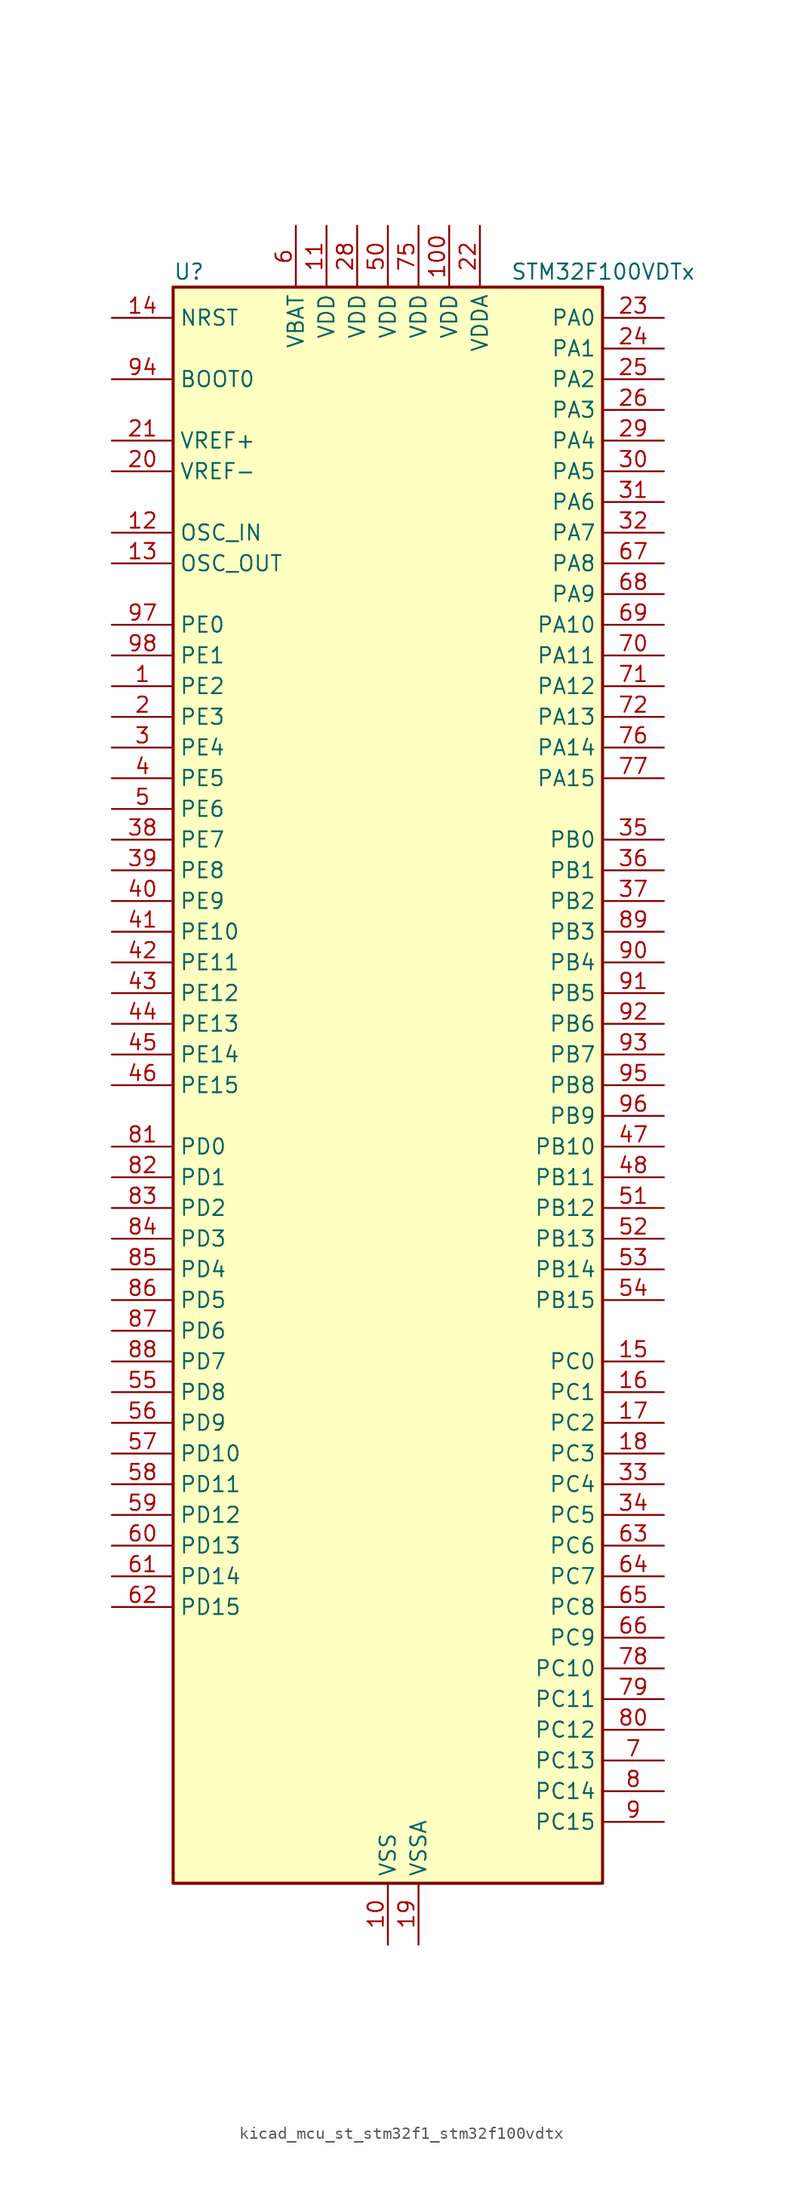
<source format=kicad_sym>
(kicad_symbol_lib
  (version 20220914)
  (generator kicad_symbol_editor)
  (symbol "kicad_mcu_st_stm32f1_stm32f100vdtx"
    (property "Reference" "U"
      (at -17.78 67.31 0)
      (effects (font (size 1.27 1.27)) (justify left)))
    (property "Value" "STM32F100VDTx"
      (at 10.16 67.31 0)
      (effects (font (size 1.27 1.27)) (justify left)))
    (property "ki_locked" ""
      (at 0 0 0)
      (effects (font (size 1.27 1.27))))
    (symbol "kicad_mcu_st_stm32f1_stm32f100vdtx_0_1"
      (rectangle (start -17.78 -66.04) (end 17.78 66.04) (stroke (width 0.254) (type default)) (fill (type background))))
    (symbol "kicad_mcu_st_stm32f1_stm32f100vdtx_1_1"
      (pin bidirectional line (at -22.86 33.02 0) (length 5.08) (name "PE2" (effects (font (size 1.27 1.27)))) (number "1" (effects (font (size 1.27 1.27)))) (alternate "FSMC_A23" bidirectional line) (alternate "SYS_TRACECLK" bidirectional line))
      (pin power_in line (at 0 -71.12 90) (length 5.08) (name "VSS" (effects (font (size 1.27 1.27)))) (number "10" (effects (font (size 1.27 1.27)))))
      (pin power_in line (at 5.08 71.12 270) (length 5.08) (name "VDD" (effects (font (size 1.27 1.27)))) (number "100" (effects (font (size 1.27 1.27)))))
      (pin power_in line (at -5.08 71.12 270) (length 5.08) (name "VDD" (effects (font (size 1.27 1.27)))) (number "11" (effects (font (size 1.27 1.27)))))
      (pin input line (at -22.86 45.72 0) (length 5.08) (name "OSC_IN" (effects (font (size 1.27 1.27)))) (number "12" (effects (font (size 1.27 1.27)))) (alternate "RCC_OSC_IN" bidirectional line))
      (pin input line (at -22.86 43.18 0) (length 5.08) (name "OSC_OUT" (effects (font (size 1.27 1.27)))) (number "13" (effects (font (size 1.27 1.27)))) (alternate "RCC_OSC_OUT" bidirectional line))
      (pin input line (at -22.86 63.5 0) (length 5.08) (name "NRST" (effects (font (size 1.27 1.27)))) (number "14" (effects (font (size 1.27 1.27)))))
      (pin bidirectional line (at 22.86 -22.86 180) (length 5.08) (name "PC0" (effects (font (size 1.27 1.27)))) (number "15" (effects (font (size 1.27 1.27)))) (alternate "ADC1_IN10" bidirectional line))
      (pin bidirectional line (at 22.86 -25.4 180) (length 5.08) (name "PC1" (effects (font (size 1.27 1.27)))) (number "16" (effects (font (size 1.27 1.27)))) (alternate "ADC1_IN11" bidirectional line))
      (pin bidirectional line (at 22.86 -27.94 180) (length 5.08) (name "PC2" (effects (font (size 1.27 1.27)))) (number "17" (effects (font (size 1.27 1.27)))) (alternate "ADC1_IN12" bidirectional line))
      (pin bidirectional line (at 22.86 -30.48 180) (length 5.08) (name "PC3" (effects (font (size 1.27 1.27)))) (number "18" (effects (font (size 1.27 1.27)))) (alternate "ADC1_IN13" bidirectional line))
      (pin power_in line (at 2.54 -71.12 90) (length 5.08) (name "VSSA" (effects (font (size 1.27 1.27)))) (number "19" (effects (font (size 1.27 1.27)))))
      (pin bidirectional line (at -22.86 30.48 0) (length 5.08) (name "PE3" (effects (font (size 1.27 1.27)))) (number "2" (effects (font (size 1.27 1.27)))) (alternate "FSMC_A19" bidirectional line) (alternate "SYS_TRACED0" bidirectional line))
      (pin input line (at -22.86 50.8 0) (length 5.08) (name "VREF-" (effects (font (size 1.27 1.27)))) (number "20" (effects (font (size 1.27 1.27)))))
      (pin input line (at -22.86 53.34 0) (length 5.08) (name "VREF+" (effects (font (size 1.27 1.27)))) (number "21" (effects (font (size 1.27 1.27)))))
      (pin power_in line (at 7.62 71.12 270) (length 5.08) (name "VDDA" (effects (font (size 1.27 1.27)))) (number "22" (effects (font (size 1.27 1.27)))))
      (pin bidirectional line (at 22.86 63.5 180) (length 5.08) (name "PA0" (effects (font (size 1.27 1.27)))) (number "23" (effects (font (size 1.27 1.27)))) (alternate "ADC1_IN0" bidirectional line) (alternate "SYS_WKUP" bidirectional line) (alternate "TIM2_CH1" bidirectional line) (alternate "TIM2_ETR" bidirectional line) (alternate "TIM5_CH1" bidirectional line) (alternate "USART2_CTS" bidirectional line))
      (pin bidirectional line (at 22.86 60.96 180) (length 5.08) (name "PA1" (effects (font (size 1.27 1.27)))) (number "24" (effects (font (size 1.27 1.27)))) (alternate "ADC1_IN1" bidirectional line) (alternate "TIM2_CH2" bidirectional line) (alternate "TIM5_CH2" bidirectional line) (alternate "USART2_RTS" bidirectional line))
      (pin bidirectional line (at 22.86 58.42 180) (length 5.08) (name "PA2" (effects (font (size 1.27 1.27)))) (number "25" (effects (font (size 1.27 1.27)))) (alternate "ADC1_IN2" bidirectional line) (alternate "TIM15_CH1" bidirectional line) (alternate "TIM2_CH3" bidirectional line) (alternate "TIM5_CH3" bidirectional line) (alternate "USART2_TX" bidirectional line))
      (pin bidirectional line (at 22.86 55.88 180) (length 5.08) (name "PA3" (effects (font (size 1.27 1.27)))) (number "26" (effects (font (size 1.27 1.27)))) (alternate "ADC1_IN3" bidirectional line) (alternate "TIM15_CH2" bidirectional line) (alternate "TIM2_CH4" bidirectional line) (alternate "TIM5_CH4" bidirectional line) (alternate "USART2_RX" bidirectional line))
      (pin passive line (at 0 -71.12 90) (length 5.08) hide (name "VSS" (effects (font (size 1.27 1.27)))) (number "27" (effects (font (size 1.27 1.27)))))
      (pin power_in line (at -2.54 71.12 270) (length 5.08) (name "VDD" (effects (font (size 1.27 1.27)))) (number "28" (effects (font (size 1.27 1.27)))))
      (pin bidirectional line (at 22.86 53.34 180) (length 5.08) (name "PA4" (effects (font (size 1.27 1.27)))) (number "29" (effects (font (size 1.27 1.27)))) (alternate "ADC1_IN4" bidirectional line) (alternate "DAC_OUT1" bidirectional line) (alternate "SPI1_NSS" bidirectional line) (alternate "USART2_CK" bidirectional line))
      (pin bidirectional line (at -22.86 27.94 0) (length 5.08) (name "PE4" (effects (font (size 1.27 1.27)))) (number "3" (effects (font (size 1.27 1.27)))) (alternate "FSMC_A20" bidirectional line) (alternate "SYS_TRACED1" bidirectional line))
      (pin bidirectional line (at 22.86 50.8 180) (length 5.08) (name "PA5" (effects (font (size 1.27 1.27)))) (number "30" (effects (font (size 1.27 1.27)))) (alternate "ADC1_IN5" bidirectional line) (alternate "DAC_OUT2" bidirectional line) (alternate "SPI1_SCK" bidirectional line))
      (pin bidirectional line (at 22.86 48.26 180) (length 5.08) (name "PA6" (effects (font (size 1.27 1.27)))) (number "31" (effects (font (size 1.27 1.27)))) (alternate "ADC1_IN6" bidirectional line) (alternate "SPI1_MISO" bidirectional line) (alternate "TIM16_CH1" bidirectional line) (alternate "TIM1_BKIN" bidirectional line) (alternate "TIM3_CH1" bidirectional line))
      (pin bidirectional line (at 22.86 45.72 180) (length 5.08) (name "PA7" (effects (font (size 1.27 1.27)))) (number "32" (effects (font (size 1.27 1.27)))) (alternate "ADC1_IN7" bidirectional line) (alternate "SPI1_MOSI" bidirectional line) (alternate "TIM17_CH1" bidirectional line) (alternate "TIM1_CH1N" bidirectional line) (alternate "TIM3_CH2" bidirectional line))
      (pin bidirectional line (at 22.86 -33.02 180) (length 5.08) (name "PC4" (effects (font (size 1.27 1.27)))) (number "33" (effects (font (size 1.27 1.27)))) (alternate "ADC1_IN14" bidirectional line) (alternate "TIM12_CH1" bidirectional line))
      (pin bidirectional line (at 22.86 -35.56 180) (length 5.08) (name "PC5" (effects (font (size 1.27 1.27)))) (number "34" (effects (font (size 1.27 1.27)))) (alternate "ADC1_IN15" bidirectional line) (alternate "TIM12_CH2" bidirectional line))
      (pin bidirectional line (at 22.86 20.32 180) (length 5.08) (name "PB0" (effects (font (size 1.27 1.27)))) (number "35" (effects (font (size 1.27 1.27)))) (alternate "ADC1_IN8" bidirectional line) (alternate "TIM13_CH1" bidirectional line) (alternate "TIM1_CH2N" bidirectional line) (alternate "TIM3_CH3" bidirectional line))
      (pin bidirectional line (at 22.86 17.78 180) (length 5.08) (name "PB1" (effects (font (size 1.27 1.27)))) (number "36" (effects (font (size 1.27 1.27)))) (alternate "ADC1_IN9" bidirectional line) (alternate "TIM14_CH1" bidirectional line) (alternate "TIM1_CH3N" bidirectional line) (alternate "TIM3_CH4" bidirectional line))
      (pin bidirectional line (at 22.86 15.24 180) (length 5.08) (name "PB2" (effects (font (size 1.27 1.27)))) (number "37" (effects (font (size 1.27 1.27)))))
      (pin bidirectional line (at -22.86 20.32 0) (length 5.08) (name "PE7" (effects (font (size 1.27 1.27)))) (number "38" (effects (font (size 1.27 1.27)))) (alternate "FSMC_D4" bidirectional line) (alternate "FSMC_DA4" bidirectional line) (alternate "TIM1_ETR" bidirectional line))
      (pin bidirectional line (at -22.86 17.78 0) (length 5.08) (name "PE8" (effects (font (size 1.27 1.27)))) (number "39" (effects (font (size 1.27 1.27)))) (alternate "FSMC_D5" bidirectional line) (alternate "FSMC_DA5" bidirectional line) (alternate "TIM1_CH1N" bidirectional line))
      (pin bidirectional line (at -22.86 25.4 0) (length 5.08) (name "PE5" (effects (font (size 1.27 1.27)))) (number "4" (effects (font (size 1.27 1.27)))) (alternate "FSMC_A21" bidirectional line) (alternate "SYS_TRACED2" bidirectional line))
      (pin bidirectional line (at -22.86 15.24 0) (length 5.08) (name "PE9" (effects (font (size 1.27 1.27)))) (number "40" (effects (font (size 1.27 1.27)))) (alternate "DAC_EXTI9" bidirectional line) (alternate "FSMC_D6" bidirectional line) (alternate "FSMC_DA6" bidirectional line) (alternate "TIM1_CH1" bidirectional line))
      (pin bidirectional line (at -22.86 12.7 0) (length 5.08) (name "PE10" (effects (font (size 1.27 1.27)))) (number "41" (effects (font (size 1.27 1.27)))) (alternate "FSMC_D7" bidirectional line) (alternate "FSMC_DA7" bidirectional line) (alternate "TIM1_CH2N" bidirectional line))
      (pin bidirectional line (at -22.86 10.16 0) (length 5.08) (name "PE11" (effects (font (size 1.27 1.27)))) (number "42" (effects (font (size 1.27 1.27)))) (alternate "ADC1_EXTI11" bidirectional line) (alternate "FSMC_D8" bidirectional line) (alternate "FSMC_DA8" bidirectional line) (alternate "TIM1_CH2" bidirectional line))
      (pin bidirectional line (at -22.86 7.62 0) (length 5.08) (name "PE12" (effects (font (size 1.27 1.27)))) (number "43" (effects (font (size 1.27 1.27)))) (alternate "FSMC_D9" bidirectional line) (alternate "FSMC_DA9" bidirectional line) (alternate "TIM1_CH3N" bidirectional line))
      (pin bidirectional line (at -22.86 5.08 0) (length 5.08) (name "PE13" (effects (font (size 1.27 1.27)))) (number "44" (effects (font (size 1.27 1.27)))) (alternate "FSMC_D10" bidirectional line) (alternate "FSMC_DA10" bidirectional line) (alternate "TIM1_CH3" bidirectional line))
      (pin bidirectional line (at -22.86 2.54 0) (length 5.08) (name "PE14" (effects (font (size 1.27 1.27)))) (number "45" (effects (font (size 1.27 1.27)))) (alternate "FSMC_D11" bidirectional line) (alternate "FSMC_DA11" bidirectional line) (alternate "TIM1_CH4" bidirectional line))
      (pin bidirectional line (at -22.86 0 0) (length 5.08) (name "PE15" (effects (font (size 1.27 1.27)))) (number "46" (effects (font (size 1.27 1.27)))) (alternate "ADC1_EXTI15" bidirectional line) (alternate "FSMC_D12" bidirectional line) (alternate "FSMC_DA12" bidirectional line) (alternate "TIM1_BKIN" bidirectional line))
      (pin bidirectional line (at 22.86 -5.08 180) (length 5.08) (name "PB10" (effects (font (size 1.27 1.27)))) (number "47" (effects (font (size 1.27 1.27)))) (alternate "CEC" bidirectional line) (alternate "I2C2_SCL" bidirectional line) (alternate "TIM2_CH3" bidirectional line) (alternate "USART3_TX" bidirectional line))
      (pin bidirectional line (at 22.86 -7.62 180) (length 5.08) (name "PB11" (effects (font (size 1.27 1.27)))) (number "48" (effects (font (size 1.27 1.27)))) (alternate "ADC1_EXTI11" bidirectional line) (alternate "I2C2_SDA" bidirectional line) (alternate "TIM2_CH4" bidirectional line) (alternate "USART3_RX" bidirectional line))
      (pin passive line (at 0 -71.12 90) (length 5.08) hide (name "VSS" (effects (font (size 1.27 1.27)))) (number "49" (effects (font (size 1.27 1.27)))))
      (pin bidirectional line (at -22.86 22.86 0) (length 5.08) (name "PE6" (effects (font (size 1.27 1.27)))) (number "5" (effects (font (size 1.27 1.27)))) (alternate "FSMC_A22" bidirectional line) (alternate "SYS_TRACED3" bidirectional line))
      (pin power_in line (at 0 71.12 270) (length 5.08) (name "VDD" (effects (font (size 1.27 1.27)))) (number "50" (effects (font (size 1.27 1.27)))))
      (pin bidirectional line (at 22.86 -10.16 180) (length 5.08) (name "PB12" (effects (font (size 1.27 1.27)))) (number "51" (effects (font (size 1.27 1.27)))) (alternate "I2C2_SMBA" bidirectional line) (alternate "SPI2_NSS" bidirectional line) (alternate "TIM12_CH1" bidirectional line) (alternate "TIM1_BKIN" bidirectional line) (alternate "USART3_CK" bidirectional line))
      (pin bidirectional line (at 22.86 -12.7 180) (length 5.08) (name "PB13" (effects (font (size 1.27 1.27)))) (number "52" (effects (font (size 1.27 1.27)))) (alternate "SPI2_SCK" bidirectional line) (alternate "TIM12_CH2" bidirectional line) (alternate "TIM1_CH1N" bidirectional line) (alternate "USART3_CTS" bidirectional line))
      (pin bidirectional line (at 22.86 -15.24 180) (length 5.08) (name "PB14" (effects (font (size 1.27 1.27)))) (number "53" (effects (font (size 1.27 1.27)))) (alternate "SPI2_MISO" bidirectional line) (alternate "TIM15_CH1" bidirectional line) (alternate "TIM1_CH2N" bidirectional line) (alternate "USART3_RTS" bidirectional line))
      (pin bidirectional line (at 22.86 -17.78 180) (length 5.08) (name "PB15" (effects (font (size 1.27 1.27)))) (number "54" (effects (font (size 1.27 1.27)))) (alternate "ADC1_EXTI15" bidirectional line) (alternate "SPI2_MOSI" bidirectional line) (alternate "TIM15_CH1N" bidirectional line) (alternate "TIM15_CH2" bidirectional line) (alternate "TIM1_CH3N" bidirectional line))
      (pin bidirectional line (at -22.86 -25.4 0) (length 5.08) (name "PD8" (effects (font (size 1.27 1.27)))) (number "55" (effects (font (size 1.27 1.27)))) (alternate "FSMC_D13" bidirectional line) (alternate "FSMC_DA13" bidirectional line) (alternate "USART3_TX" bidirectional line))
      (pin bidirectional line (at -22.86 -27.94 0) (length 5.08) (name "PD9" (effects (font (size 1.27 1.27)))) (number "56" (effects (font (size 1.27 1.27)))) (alternate "DAC_EXTI9" bidirectional line) (alternate "FSMC_D14" bidirectional line) (alternate "FSMC_DA14" bidirectional line) (alternate "USART3_RX" bidirectional line))
      (pin bidirectional line (at -22.86 -30.48 0) (length 5.08) (name "PD10" (effects (font (size 1.27 1.27)))) (number "57" (effects (font (size 1.27 1.27)))) (alternate "FSMC_D15" bidirectional line) (alternate "FSMC_DA15" bidirectional line) (alternate "USART3_CK" bidirectional line))
      (pin bidirectional line (at -22.86 -33.02 0) (length 5.08) (name "PD11" (effects (font (size 1.27 1.27)))) (number "58" (effects (font (size 1.27 1.27)))) (alternate "ADC1_EXTI11" bidirectional line) (alternate "FSMC_A16" bidirectional line) (alternate "USART3_CTS" bidirectional line))
      (pin bidirectional line (at -22.86 -35.56 0) (length 5.08) (name "PD12" (effects (font (size 1.27 1.27)))) (number "59" (effects (font (size 1.27 1.27)))) (alternate "FSMC_A17" bidirectional line) (alternate "TIM4_CH1" bidirectional line) (alternate "USART3_RTS" bidirectional line))
      (pin power_in line (at -7.62 71.12 270) (length 5.08) (name "VBAT" (effects (font (size 1.27 1.27)))) (number "6" (effects (font (size 1.27 1.27)))))
      (pin bidirectional line (at -22.86 -38.1 0) (length 5.08) (name "PD13" (effects (font (size 1.27 1.27)))) (number "60" (effects (font (size 1.27 1.27)))) (alternate "FSMC_A18" bidirectional line) (alternate "TIM4_CH2" bidirectional line))
      (pin bidirectional line (at -22.86 -40.64 0) (length 5.08) (name "PD14" (effects (font (size 1.27 1.27)))) (number "61" (effects (font (size 1.27 1.27)))) (alternate "FSMC_D0" bidirectional line) (alternate "FSMC_DA0" bidirectional line) (alternate "TIM4_CH3" bidirectional line))
      (pin bidirectional line (at -22.86 -43.18 0) (length 5.08) (name "PD15" (effects (font (size 1.27 1.27)))) (number "62" (effects (font (size 1.27 1.27)))) (alternate "ADC1_EXTI15" bidirectional line) (alternate "FSMC_D1" bidirectional line) (alternate "FSMC_DA1" bidirectional line) (alternate "TIM4_CH4" bidirectional line))
      (pin bidirectional line (at 22.86 -38.1 180) (length 5.08) (name "PC6" (effects (font (size 1.27 1.27)))) (number "63" (effects (font (size 1.27 1.27)))) (alternate "TIM3_CH1" bidirectional line))
      (pin bidirectional line (at 22.86 -40.64 180) (length 5.08) (name "PC7" (effects (font (size 1.27 1.27)))) (number "64" (effects (font (size 1.27 1.27)))) (alternate "TIM3_CH2" bidirectional line))
      (pin bidirectional line (at 22.86 -43.18 180) (length 5.08) (name "PC8" (effects (font (size 1.27 1.27)))) (number "65" (effects (font (size 1.27 1.27)))) (alternate "TIM13_CH1" bidirectional line) (alternate "TIM3_CH3" bidirectional line))
      (pin bidirectional line (at 22.86 -45.72 180) (length 5.08) (name "PC9" (effects (font (size 1.27 1.27)))) (number "66" (effects (font (size 1.27 1.27)))) (alternate "DAC_EXTI9" bidirectional line) (alternate "TIM14_CH1" bidirectional line) (alternate "TIM3_CH4" bidirectional line))
      (pin bidirectional line (at 22.86 43.18 180) (length 5.08) (name "PA8" (effects (font (size 1.27 1.27)))) (number "67" (effects (font (size 1.27 1.27)))) (alternate "RCC_MCO" bidirectional line) (alternate "TIM1_CH1" bidirectional line) (alternate "USART1_CK" bidirectional line))
      (pin bidirectional line (at 22.86 40.64 180) (length 5.08) (name "PA9" (effects (font (size 1.27 1.27)))) (number "68" (effects (font (size 1.27 1.27)))) (alternate "DAC_EXTI9" bidirectional line) (alternate "TIM15_BKIN" bidirectional line) (alternate "TIM1_CH2" bidirectional line) (alternate "USART1_TX" bidirectional line))
      (pin bidirectional line (at 22.86 38.1 180) (length 5.08) (name "PA10" (effects (font (size 1.27 1.27)))) (number "69" (effects (font (size 1.27 1.27)))) (alternate "TIM17_BKIN" bidirectional line) (alternate "TIM1_CH3" bidirectional line) (alternate "USART1_RX" bidirectional line))
      (pin bidirectional line (at 22.86 -55.88 180) (length 5.08) (name "PC13" (effects (font (size 1.27 1.27)))) (number "7" (effects (font (size 1.27 1.27)))) (alternate "RTC_OUT" bidirectional line) (alternate "RTC_TAMPER" bidirectional line))
      (pin bidirectional line (at 22.86 35.56 180) (length 5.08) (name "PA11" (effects (font (size 1.27 1.27)))) (number "70" (effects (font (size 1.27 1.27)))) (alternate "ADC1_EXTI11" bidirectional line) (alternate "TIM1_CH4" bidirectional line) (alternate "USART1_CTS" bidirectional line))
      (pin bidirectional line (at 22.86 33.02 180) (length 5.08) (name "PA12" (effects (font (size 1.27 1.27)))) (number "71" (effects (font (size 1.27 1.27)))) (alternate "TIM1_ETR" bidirectional line) (alternate "USART1_RTS" bidirectional line))
      (pin bidirectional line (at 22.86 30.48 180) (length 5.08) (name "PA13" (effects (font (size 1.27 1.27)))) (number "72" (effects (font (size 1.27 1.27)))) (alternate "SYS_JTMS-SWDIO" bidirectional line))
      (pin no_connect line (at -17.78 -66.04 0) (length 5.08) hide (name "NC" (effects (font (size 1.27 1.27)))) (number "73" (effects (font (size 1.27 1.27)))))
      (pin passive line (at 0 -71.12 90) (length 5.08) hide (name "VSS" (effects (font (size 1.27 1.27)))) (number "74" (effects (font (size 1.27 1.27)))))
      (pin power_in line (at 2.54 71.12 270) (length 5.08) (name "VDD" (effects (font (size 1.27 1.27)))) (number "75" (effects (font (size 1.27 1.27)))))
      (pin bidirectional line (at 22.86 27.94 180) (length 5.08) (name "PA14" (effects (font (size 1.27 1.27)))) (number "76" (effects (font (size 1.27 1.27)))) (alternate "SYS_JTCK-SWCLK" bidirectional line))
      (pin bidirectional line (at 22.86 25.4 180) (length 5.08) (name "PA15" (effects (font (size 1.27 1.27)))) (number "77" (effects (font (size 1.27 1.27)))) (alternate "ADC1_EXTI15" bidirectional line) (alternate "SPI1_NSS" bidirectional line) (alternate "SPI3_NSS" bidirectional line) (alternate "SYS_JTDI" bidirectional line) (alternate "TIM2_CH1" bidirectional line) (alternate "TIM2_ETR" bidirectional line))
      (pin bidirectional line (at 22.86 -48.26 180) (length 5.08) (name "PC10" (effects (font (size 1.27 1.27)))) (number "78" (effects (font (size 1.27 1.27)))) (alternate "UART4_TX" bidirectional line) (alternate "USART3_TX" bidirectional line))
      (pin bidirectional line (at 22.86 -50.8 180) (length 5.08) (name "PC11" (effects (font (size 1.27 1.27)))) (number "79" (effects (font (size 1.27 1.27)))) (alternate "ADC1_EXTI11" bidirectional line) (alternate "UART4_RX" bidirectional line) (alternate "USART3_RX" bidirectional line))
      (pin bidirectional line (at 22.86 -58.42 180) (length 5.08) (name "PC14" (effects (font (size 1.27 1.27)))) (number "8" (effects (font (size 1.27 1.27)))) (alternate "RCC_OSC32_IN" bidirectional line))
      (pin bidirectional line (at 22.86 -53.34 180) (length 5.08) (name "PC12" (effects (font (size 1.27 1.27)))) (number "80" (effects (font (size 1.27 1.27)))) (alternate "UART5_TX" bidirectional line) (alternate "USART3_CK" bidirectional line))
      (pin bidirectional line (at -22.86 -5.08 0) (length 5.08) (name "PD0" (effects (font (size 1.27 1.27)))) (number "81" (effects (font (size 1.27 1.27)))) (alternate "FSMC_D2" bidirectional line) (alternate "FSMC_DA2" bidirectional line))
      (pin bidirectional line (at -22.86 -7.62 0) (length 5.08) (name "PD1" (effects (font (size 1.27 1.27)))) (number "82" (effects (font (size 1.27 1.27)))) (alternate "FSMC_D3" bidirectional line) (alternate "FSMC_DA3" bidirectional line))
      (pin bidirectional line (at -22.86 -10.16 0) (length 5.08) (name "PD2" (effects (font (size 1.27 1.27)))) (number "83" (effects (font (size 1.27 1.27)))) (alternate "TIM3_ETR" bidirectional line) (alternate "UART5_RX" bidirectional line))
      (pin bidirectional line (at -22.86 -12.7 0) (length 5.08) (name "PD3" (effects (font (size 1.27 1.27)))) (number "84" (effects (font (size 1.27 1.27)))) (alternate "FSMC_CLK" bidirectional line) (alternate "USART2_CTS" bidirectional line))
      (pin bidirectional line (at -22.86 -15.24 0) (length 5.08) (name "PD4" (effects (font (size 1.27 1.27)))) (number "85" (effects (font (size 1.27 1.27)))) (alternate "FSMC_NOE" bidirectional line) (alternate "USART2_RTS" bidirectional line))
      (pin bidirectional line (at -22.86 -17.78 0) (length 5.08) (name "PD5" (effects (font (size 1.27 1.27)))) (number "86" (effects (font (size 1.27 1.27)))) (alternate "FSMC_NWE" bidirectional line) (alternate "USART2_TX" bidirectional line))
      (pin bidirectional line (at -22.86 -20.32 0) (length 5.08) (name "PD6" (effects (font (size 1.27 1.27)))) (number "87" (effects (font (size 1.27 1.27)))) (alternate "FSMC_NWAIT" bidirectional line) (alternate "USART2_RX" bidirectional line))
      (pin bidirectional line (at -22.86 -22.86 0) (length 5.08) (name "PD7" (effects (font (size 1.27 1.27)))) (number "88" (effects (font (size 1.27 1.27)))) (alternate "FSMC_NE1" bidirectional line) (alternate "USART2_CK" bidirectional line))
      (pin bidirectional line (at 22.86 12.7 180) (length 5.08) (name "PB3" (effects (font (size 1.27 1.27)))) (number "89" (effects (font (size 1.27 1.27)))) (alternate "SPI1_SCK" bidirectional line) (alternate "SPI3_SCK" bidirectional line) (alternate "SYS_JTDO-TRACESWO" bidirectional line) (alternate "TIM2_CH2" bidirectional line))
      (pin bidirectional line (at 22.86 -60.96 180) (length 5.08) (name "PC15" (effects (font (size 1.27 1.27)))) (number "9" (effects (font (size 1.27 1.27)))) (alternate "ADC1_EXTI15" bidirectional line) (alternate "RCC_OSC32_OUT" bidirectional line))
      (pin bidirectional line (at 22.86 10.16 180) (length 5.08) (name "PB4" (effects (font (size 1.27 1.27)))) (number "90" (effects (font (size 1.27 1.27)))) (alternate "SPI1_MISO" bidirectional line) (alternate "SPI3_MISO" bidirectional line) (alternate "SYS_NJTRST" bidirectional line) (alternate "TIM3_CH1" bidirectional line))
      (pin bidirectional line (at 22.86 7.62 180) (length 5.08) (name "PB5" (effects (font (size 1.27 1.27)))) (number "91" (effects (font (size 1.27 1.27)))) (alternate "I2C1_SMBA" bidirectional line) (alternate "SPI1_MOSI" bidirectional line) (alternate "SPI3_MOSI" bidirectional line) (alternate "TIM16_BKIN" bidirectional line) (alternate "TIM3_CH2" bidirectional line))
      (pin bidirectional line (at 22.86 5.08 180) (length 5.08) (name "PB6" (effects (font (size 1.27 1.27)))) (number "92" (effects (font (size 1.27 1.27)))) (alternate "I2C1_SCL" bidirectional line) (alternate "TIM16_CH1N" bidirectional line) (alternate "TIM4_CH1" bidirectional line) (alternate "USART1_TX" bidirectional line))
      (pin bidirectional line (at 22.86 2.54 180) (length 5.08) (name "PB7" (effects (font (size 1.27 1.27)))) (number "93" (effects (font (size 1.27 1.27)))) (alternate "FSMC_NL" bidirectional line) (alternate "I2C1_SDA" bidirectional line) (alternate "TIM17_CH1N" bidirectional line) (alternate "TIM4_CH2" bidirectional line) (alternate "USART1_RX" bidirectional line))
      (pin input line (at -22.86 58.42 0) (length 5.08) (name "BOOT0" (effects (font (size 1.27 1.27)))) (number "94" (effects (font (size 1.27 1.27)))))
      (pin bidirectional line (at 22.86 0 180) (length 5.08) (name "PB8" (effects (font (size 1.27 1.27)))) (number "95" (effects (font (size 1.27 1.27)))) (alternate "CEC" bidirectional line) (alternate "I2C1_SCL" bidirectional line) (alternate "TIM16_CH1" bidirectional line) (alternate "TIM4_CH3" bidirectional line))
      (pin bidirectional line (at 22.86 -2.54 180) (length 5.08) (name "PB9" (effects (font (size 1.27 1.27)))) (number "96" (effects (font (size 1.27 1.27)))) (alternate "DAC_EXTI9" bidirectional line) (alternate "I2C1_SDA" bidirectional line) (alternate "TIM17_CH1" bidirectional line) (alternate "TIM4_CH4" bidirectional line))
      (pin bidirectional line (at -22.86 38.1 0) (length 5.08) (name "PE0" (effects (font (size 1.27 1.27)))) (number "97" (effects (font (size 1.27 1.27)))) (alternate "FSMC_NBL0" bidirectional line) (alternate "TIM4_ETR" bidirectional line))
      (pin bidirectional line (at -22.86 35.56 0) (length 5.08) (name "PE1" (effects (font (size 1.27 1.27)))) (number "98" (effects (font (size 1.27 1.27)))) (alternate "FSMC_NBL1" bidirectional line))
      (pin passive line (at 0 -71.12 90) (length 5.08) hide (name "VSS" (effects (font (size 1.27 1.27)))) (number "99" (effects (font (size 1.27 1.27))))))))
</source>
